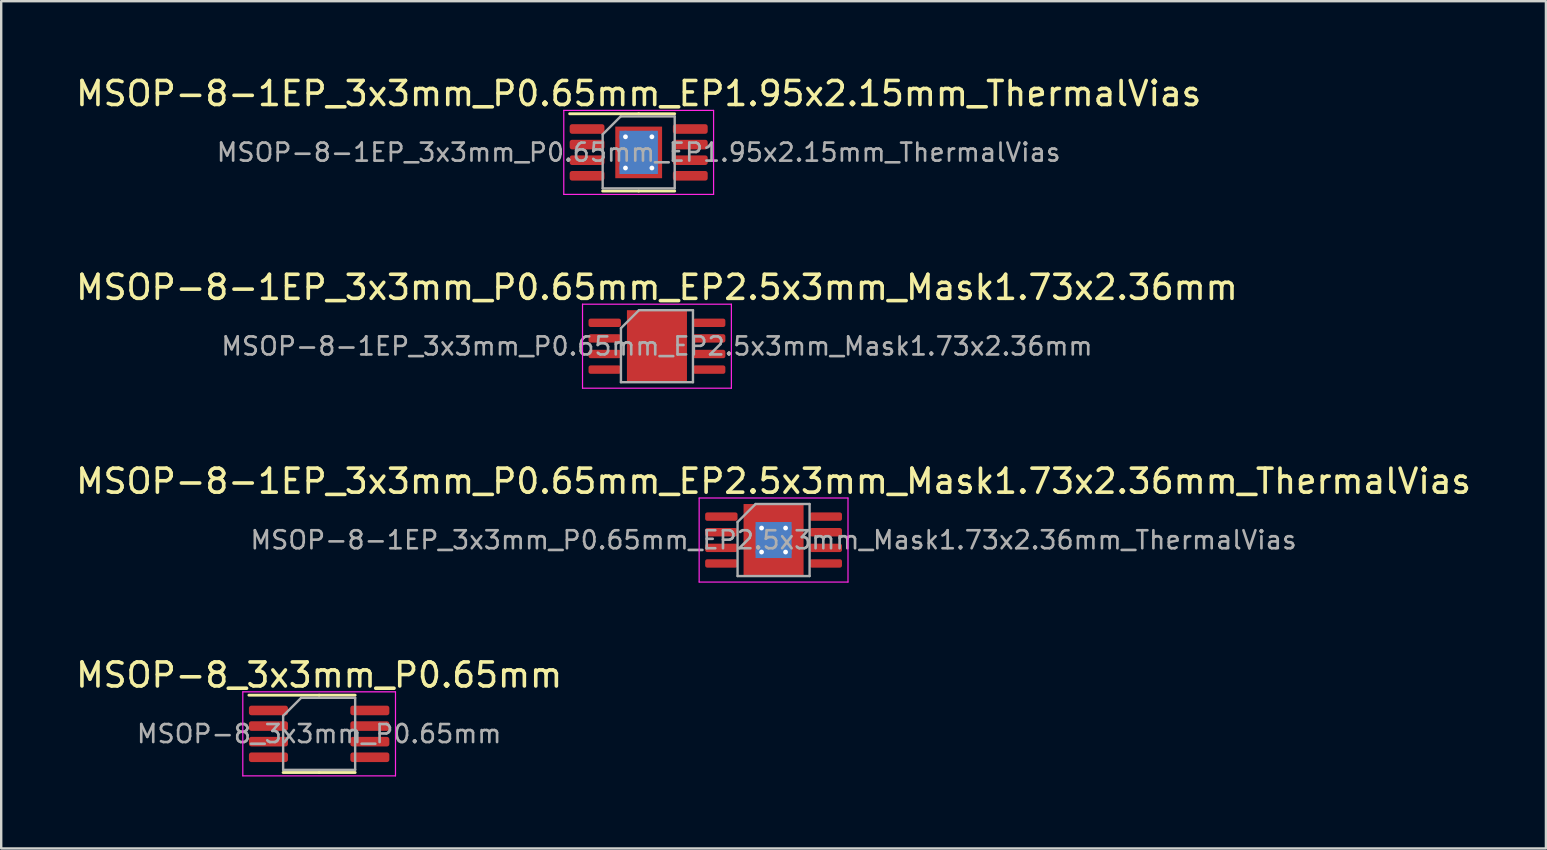
<source format=kicad_pcb>
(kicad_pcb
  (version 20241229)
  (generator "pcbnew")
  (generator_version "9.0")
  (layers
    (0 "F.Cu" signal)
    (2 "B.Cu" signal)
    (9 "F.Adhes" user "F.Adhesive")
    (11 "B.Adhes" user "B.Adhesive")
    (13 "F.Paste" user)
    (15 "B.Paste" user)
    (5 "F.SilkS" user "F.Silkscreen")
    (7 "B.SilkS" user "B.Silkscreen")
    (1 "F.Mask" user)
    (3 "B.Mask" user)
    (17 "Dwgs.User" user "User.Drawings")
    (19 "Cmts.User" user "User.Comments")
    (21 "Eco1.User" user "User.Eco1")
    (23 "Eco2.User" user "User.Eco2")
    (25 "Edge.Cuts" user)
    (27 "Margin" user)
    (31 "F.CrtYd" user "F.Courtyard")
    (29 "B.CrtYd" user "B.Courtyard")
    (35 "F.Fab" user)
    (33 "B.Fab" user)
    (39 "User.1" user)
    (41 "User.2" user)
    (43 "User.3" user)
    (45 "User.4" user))
  (footprint "MSOP-8_3x3mm_P0.65mm"
    (layer "F.Cu")
    (at 10.244 27.518)
    (property "Reference" "MSOP-8_3x3mm_P0.65mm" (at 0 -2.45 0) (layer "F.SilkS") (effects (font (size 1 1) (thickness 0.15))))
    (attr smd)
    (fp_line (start 0 -1.61) (end -2.925 -1.61) (stroke (width 0.12) (type solid)) (layer "F.SilkS"))
    (fp_line (start 0 -1.61) (end 1.5 -1.61) (stroke (width 0.12) (type solid)) (layer "F.SilkS"))
    (fp_line (start 0 1.61) (end -1.5 1.61) (stroke (width 0.12) (type solid)) (layer "F.SilkS"))
    (fp_line (start 0 1.61) (end 1.5 1.61) (stroke (width 0.12) (type solid)) (layer "F.SilkS"))
    (fp_line (start -3.18 -1.75) (end -3.18 1.75) (stroke (width 0.05) (type solid)) (layer "F.CrtYd"))
    (fp_line (start -3.18 1.75) (end 3.18 1.75) (stroke (width 0.05) (type solid)) (layer "F.CrtYd"))
    (fp_line (start 3.18 -1.75) (end -3.18 -1.75) (stroke (width 0.05) (type solid)) (layer "F.CrtYd"))
    (fp_line (start 3.18 1.75) (end 3.18 -1.75) (stroke (width 0.05) (type solid)) (layer "F.CrtYd"))
    (fp_line (start -1.5 -0.75) (end -0.75 -1.5) (stroke (width 0.1) (type solid)) (layer "F.Fab"))
    (fp_line (start -1.5 1.5) (end -1.5 -0.75) (stroke (width 0.1) (type solid)) (layer "F.Fab"))
    (fp_line (start -0.75 -1.5) (end 1.5 -1.5) (stroke (width 0.1) (type solid)) (layer "F.Fab"))
    (fp_line (start 1.5 -1.5) (end 1.5 1.5) (stroke (width 0.1) (type solid)) (layer "F.Fab"))
    (fp_line (start 1.5 1.5) (end -1.5 1.5) (stroke (width 0.1) (type solid)) (layer "F.Fab"))
    (fp_text user "${REFERENCE}" (at 0 0 0) (layer "F.Fab") (effects (font (size 0.75 0.75) (thickness 0.11))))
    (pad "1" smd roundrect (at -2.112 -0.975) (size 1.625 0.4) (layers "F.Cu" "F.Mask" "F.Paste") (roundrect_rratio 0.25))
    (pad "2" smd roundrect (at -2.112 -0.325) (size 1.625 0.4) (layers "F.Cu" "F.Mask" "F.Paste") (roundrect_rratio 0.25))
    (pad "3" smd roundrect (at -2.112 0.325) (size 1.625 0.4) (layers "F.Cu" "F.Mask" "F.Paste") (roundrect_rratio 0.25))
    (pad "4" smd roundrect (at -2.112 0.975) (size 1.625 0.4) (layers "F.Cu" "F.Mask" "F.Paste") (roundrect_rratio 0.25))
    (pad "5" smd roundrect (at 2.112 0.975) (size 1.625 0.4) (layers "F.Cu" "F.Mask" "F.Paste") (roundrect_rratio 0.25))
    (pad "6" smd roundrect (at 2.112 0.325) (size 1.625 0.4) (layers "F.Cu" "F.Mask" "F.Paste") (roundrect_rratio 0.25))
    (pad "7" smd roundrect (at 2.112 -0.325) (size 1.625 0.4) (layers "F.Cu" "F.Mask" "F.Paste") (roundrect_rratio 0.25))
    (pad "8" smd roundrect (at 2.112 -0.975) (size 1.625 0.4) (layers "F.Cu" "F.Mask" "F.Paste") (roundrect_rratio 0.25)))
  (footprint "MSOP-8-1EP_3x3mm_P0.65mm_EP2.5x3mm_Mask1.73x2.36mm_ThermalVias"
    (layer "F.Cu")
    (at 29.173 19.445)
    (property "Reference" "MSOP-8-1EP_3x3mm_P0.65mm_EP2.5x3mm_Mask1.73x2.36mm_ThermalVias" (at 0 -2.45 0) (layer "F.SilkS") (effects (font (size 1 1) (thickness 0.15))))
    (attr smd)
    (fp_line (start -3.1 -1.75) (end -3.1 1.75) (stroke (width 0.05) (type solid)) (layer "F.CrtYd"))
    (fp_line (start -3.1 1.75) (end 3.1 1.75) (stroke (width 0.05) (type solid)) (layer "F.CrtYd"))
    (fp_line (start 3.1 -1.75) (end -3.1 -1.75) (stroke (width 0.05) (type solid)) (layer "F.CrtYd"))
    (fp_line (start 3.1 1.75) (end 3.1 -1.75) (stroke (width 0.05) (type solid)) (layer "F.CrtYd"))
    (fp_line (start -1.5 -0.75) (end -0.75 -1.5) (stroke (width 0.1) (type solid)) (layer "F.Fab"))
    (fp_line (start -1.5 1.5) (end -1.5 -0.75) (stroke (width 0.1) (type solid)) (layer "F.Fab"))
    (fp_line (start -0.75 -1.5) (end 1.5 -1.5) (stroke (width 0.1) (type solid)) (layer "F.Fab"))
    (fp_line (start 1.5 -1.5) (end 1.5 1.5) (stroke (width 0.1) (type solid)) (layer "F.Fab"))
    (fp_line (start 1.5 1.5) (end -1.5 1.5) (stroke (width 0.1) (type solid)) (layer "F.Fab"))
    (fp_text user "${REFERENCE}" (at 0 0 0) (layer "F.Fab") (effects (font (size 0.75 0.75) (thickness 0.11))))
    (pad "" smd roundrect (at -0.43 -0.59) (size 0.72 0.99) (layers "F.Paste") (roundrect_rratio 0.25))
    (pad "" smd roundrect (at -0.43 0.59) (size 0.72 0.99) (layers "F.Paste") (roundrect_rratio 0.25))
    (pad "" smd rect (at 0 0) (size 1.73 2.36) (layers "F.Mask"))
    (pad "" smd roundrect (at 0.43 -0.59) (size 0.72 0.99) (layers "F.Paste") (roundrect_rratio 0.25))
    (pad "" smd roundrect (at 0.43 0.59) (size 0.72 0.99) (layers "F.Paste") (roundrect_rratio 0.25))
    (pad "1" smd roundrect (at -2.175 -0.975) (size 1.35 0.35) (layers "F.Cu" "F.Mask" "F.Paste") (roundrect_rratio 0.25))
    (pad "2" smd roundrect (at -2.175 -0.325) (size 1.35 0.35) (layers "F.Cu" "F.Mask" "F.Paste") (roundrect_rratio 0.25))
    (pad "3" smd roundrect (at -2.175 0.325) (size 1.35 0.35) (layers "F.Cu" "F.Mask" "F.Paste") (roundrect_rratio 0.25))
    (pad "4" smd roundrect (at -2.175 0.975) (size 1.35 0.35) (layers "F.Cu" "F.Mask" "F.Paste") (roundrect_rratio 0.25))
    (pad "5" smd roundrect (at 2.175 0.975) (size 1.35 0.35) (layers "F.Cu" "F.Mask" "F.Paste") (roundrect_rratio 0.25))
    (pad "6" smd roundrect (at 2.175 0.325) (size 1.35 0.35) (layers "F.Cu" "F.Mask" "F.Paste") (roundrect_rratio 0.25))
    (pad "7" smd roundrect (at 2.175 -0.325) (size 1.35 0.35) (layers "F.Cu" "F.Mask" "F.Paste") (roundrect_rratio 0.25))
    (pad "8" smd roundrect (at 2.175 -0.975) (size 1.35 0.35) (layers "F.Cu" "F.Mask" "F.Paste") (roundrect_rratio 0.25))
    (pad "9" thru_hole circle (at -0.5 -0.5) (size 0.5 0.5) (drill 0.2) (layers "*.Cu"))
    (pad "9" thru_hole circle (at -0.5 0.5) (size 0.5 0.5) (drill 0.2) (layers "*.Cu"))
    (pad "9" smd rect (at 0 0) (size 1.5 1.5) (layers "B.Cu"))
    (pad "9" smd rect (at 0 0) (size 2.5 3) (layers "F.Cu"))
    (pad "9" thru_hole circle (at 0.5 -0.5) (size 0.5 0.5) (drill 0.2) (layers "*.Cu"))
    (pad "9" thru_hole circle (at 0.5 0.5) (size 0.5 0.5) (drill 0.2) (layers "*.Cu")))
  (footprint "MSOP-8-1EP_3x3mm_P0.65mm_EP2.5x3mm_Mask1.73x2.36mm"
    (layer "F.Cu")
    (at 24.315 11.371)
    (property "Reference" "MSOP-8-1EP_3x3mm_P0.65mm_EP2.5x3mm_Mask1.73x2.36mm" (at 0 -2.45 0) (layer "F.SilkS") (effects (font (size 1 1) (thickness 0.15))))
    (attr smd)
    (fp_line (start -3.1 -1.75) (end -3.1 1.75) (stroke (width 0.05) (type solid)) (layer "F.CrtYd"))
    (fp_line (start -3.1 1.75) (end 3.1 1.75) (stroke (width 0.05) (type solid)) (layer "F.CrtYd"))
    (fp_line (start 3.1 -1.75) (end -3.1 -1.75) (stroke (width 0.05) (type solid)) (layer "F.CrtYd"))
    (fp_line (start 3.1 1.75) (end 3.1 -1.75) (stroke (width 0.05) (type solid)) (layer "F.CrtYd"))
    (fp_line (start -1.5 -0.75) (end -0.75 -1.5) (stroke (width 0.1) (type solid)) (layer "F.Fab"))
    (fp_line (start -1.5 1.5) (end -1.5 -0.75) (stroke (width 0.1) (type solid)) (layer "F.Fab"))
    (fp_line (start -0.75 -1.5) (end 1.5 -1.5) (stroke (width 0.1) (type solid)) (layer "F.Fab"))
    (fp_line (start 1.5 -1.5) (end 1.5 1.5) (stroke (width 0.1) (type solid)) (layer "F.Fab"))
    (fp_line (start 1.5 1.5) (end -1.5 1.5) (stroke (width 0.1) (type solid)) (layer "F.Fab"))
    (fp_text user "${REFERENCE}" (at 0 0 0) (layer "F.Fab") (effects (font (size 0.75 0.75) (thickness 0.11))))
    (pad "" smd roundrect (at -0.43 -0.59) (size 0.7 0.95) (layers "F.Paste") (roundrect_rratio 0.25))
    (pad "" smd roundrect (at -0.43 0.59) (size 0.7 0.95) (layers "F.Paste") (roundrect_rratio 0.25))
    (pad "" smd rect (at 0 0) (size 1.73 2.36) (layers "F.Mask"))
    (pad "" smd roundrect (at 0.43 -0.59) (size 0.7 0.95) (layers "F.Paste") (roundrect_rratio 0.25))
    (pad "" smd roundrect (at 0.43 0.59) (size 0.7 0.95) (layers "F.Paste") (roundrect_rratio 0.25))
    (pad "1" smd roundrect (at -2.175 -0.975) (size 1.35 0.35) (layers "F.Cu" "F.Mask" "F.Paste") (roundrect_rratio 0.25))
    (pad "2" smd roundrect (at -2.175 -0.325) (size 1.35 0.35) (layers "F.Cu" "F.Mask" "F.Paste") (roundrect_rratio 0.25))
    (pad "3" smd roundrect (at -2.175 0.325) (size 1.35 0.35) (layers "F.Cu" "F.Mask" "F.Paste") (roundrect_rratio 0.25))
    (pad "4" smd roundrect (at -2.175 0.975) (size 1.35 0.35) (layers "F.Cu" "F.Mask" "F.Paste") (roundrect_rratio 0.25))
    (pad "5" smd roundrect (at 2.175 0.975) (size 1.35 0.35) (layers "F.Cu" "F.Mask" "F.Paste") (roundrect_rratio 0.25))
    (pad "6" smd roundrect (at 2.175 0.325) (size 1.35 0.35) (layers "F.Cu" "F.Mask" "F.Paste") (roundrect_rratio 0.25))
    (pad "7" smd roundrect (at 2.175 -0.325) (size 1.35 0.35) (layers "F.Cu" "F.Mask" "F.Paste") (roundrect_rratio 0.25))
    (pad "8" smd roundrect (at 2.175 -0.975) (size 1.35 0.35) (layers "F.Cu" "F.Mask" "F.Paste") (roundrect_rratio 0.25))
    (pad "9" smd rect (at 0 0) (size 2.5 3) (layers "F.Cu")))
  (footprint "MSOP-8-1EP_3x3mm_P0.65mm_EP1.95x2.15mm_ThermalVias"
    (layer "F.Cu")
    (at 23.554 3.298)
    (property "Reference" "MSOP-8-1EP_3x3mm_P0.65mm_EP1.95x2.15mm_ThermalVias" (at 0 -2.45 0) (layer "F.SilkS") (effects (font (size 1 1) (thickness 0.15))))
    (attr smd)
    (fp_line (start 0 -1.61) (end -2.875 -1.61) (stroke (width 0.12) (type solid)) (layer "F.SilkS"))
    (fp_line (start 0 -1.61) (end 1.5 -1.61) (stroke (width 0.12) (type solid)) (layer "F.SilkS"))
    (fp_line (start 0 1.61) (end -1.5 1.61) (stroke (width 0.12) (type solid)) (layer "F.SilkS"))
    (fp_line (start 0 1.61) (end 1.5 1.61) (stroke (width 0.12) (type solid)) (layer "F.SilkS"))
    (fp_line (start -3.12 -1.75) (end -3.12 1.75) (stroke (width 0.05) (type solid)) (layer "F.CrtYd"))
    (fp_line (start -3.12 1.75) (end 3.12 1.75) (stroke (width 0.05) (type solid)) (layer "F.CrtYd"))
    (fp_line (start 3.12 -1.75) (end -3.12 -1.75) (stroke (width 0.05) (type solid)) (layer "F.CrtYd"))
    (fp_line (start 3.12 1.75) (end 3.12 -1.75) (stroke (width 0.05) (type solid)) (layer "F.CrtYd"))
    (fp_line (start -1.5 -0.75) (end -0.75 -1.5) (stroke (width 0.1) (type solid)) (layer "F.Fab"))
    (fp_line (start -1.5 1.5) (end -1.5 -0.75) (stroke (width 0.1) (type solid)) (layer "F.Fab"))
    (fp_line (start -0.75 -1.5) (end 1.5 -1.5) (stroke (width 0.1) (type solid)) (layer "F.Fab"))
    (fp_line (start 1.5 -1.5) (end 1.5 1.5) (stroke (width 0.1) (type solid)) (layer "F.Fab"))
    (fp_line (start 1.5 1.5) (end -1.5 1.5) (stroke (width 0.1) (type solid)) (layer "F.Fab"))
    (fp_text user "${REFERENCE}" (at 0 0 0) (layer "F.Fab") (effects (font (size 0.75 0.75) (thickness 0.11))))
    (pad "" smd roundrect (at -0.49 -0.54) (size 0.82 0.9) (layers "F.Paste") (roundrect_rratio 0.25))
    (pad "" smd roundrect (at -0.49 0.54) (size 0.82 0.9) (layers "F.Paste") (roundrect_rratio 0.25))
    (pad "" smd roundrect (at 0.49 -0.54) (size 0.82 0.9) (layers "F.Paste") (roundrect_rratio 0.25))
    (pad "" smd roundrect (at 0.49 0.54) (size 0.82 0.9) (layers "F.Paste") (roundrect_rratio 0.25))
    (pad "1" smd roundrect (at -2.15 -0.975) (size 1.45 0.4) (layers "F.Cu" "F.Mask" "F.Paste") (roundrect_rratio 0.25))
    (pad "2" smd roundrect (at -2.15 -0.325) (size 1.45 0.4) (layers "F.Cu" "F.Mask" "F.Paste") (roundrect_rratio 0.25))
    (pad "3" smd roundrect (at -2.15 0.325) (size 1.45 0.4) (layers "F.Cu" "F.Mask" "F.Paste") (roundrect_rratio 0.25))
    (pad "4" smd roundrect (at -2.15 0.975) (size 1.45 0.4) (layers "F.Cu" "F.Mask" "F.Paste") (roundrect_rratio 0.25))
    (pad "5" smd roundrect (at 2.15 0.975) (size 1.45 0.4) (layers "F.Cu" "F.Mask" "F.Paste") (roundrect_rratio 0.25))
    (pad "6" smd roundrect (at 2.15 0.325) (size 1.45 0.4) (layers "F.Cu" "F.Mask" "F.Paste") (roundrect_rratio 0.25))
    (pad "7" smd roundrect (at 2.15 -0.325) (size 1.45 0.4) (layers "F.Cu" "F.Mask" "F.Paste") (roundrect_rratio 0.25))
    (pad "8" smd roundrect (at 2.15 -0.975) (size 1.45 0.4) (layers "F.Cu" "F.Mask" "F.Paste") (roundrect_rratio 0.25))
    (pad "9" thru_hole circle (at -0.55 -0.65) (size 0.5 0.5) (drill 0.2) (layers "*.Cu"))
    (pad "9" thru_hole circle (at -0.55 0.65) (size 0.5 0.5) (drill 0.2) (layers "*.Cu"))
    (pad "9" smd rect (at 0 0) (size 1.6 1.8) (layers "B.Cu"))
    (pad "9" smd rect (at 0 0) (size 1.95 2.15) (layers "F.Cu" "F.Mask"))
    (pad "9" thru_hole circle (at 0.55 -0.65) (size 0.5 0.5) (drill 0.2) (layers "*.Cu"))
    (pad "9" thru_hole circle (at 0.55 0.65) (size 0.5 0.5) (drill 0.2) (layers "*.Cu")))
  (gr_rect
    (start -3 -3)
    (end 61.345 32.293)
    (stroke (width 0.1) (type default))
    (fill no)
    (layer "Edge.Cuts")))
</source>
